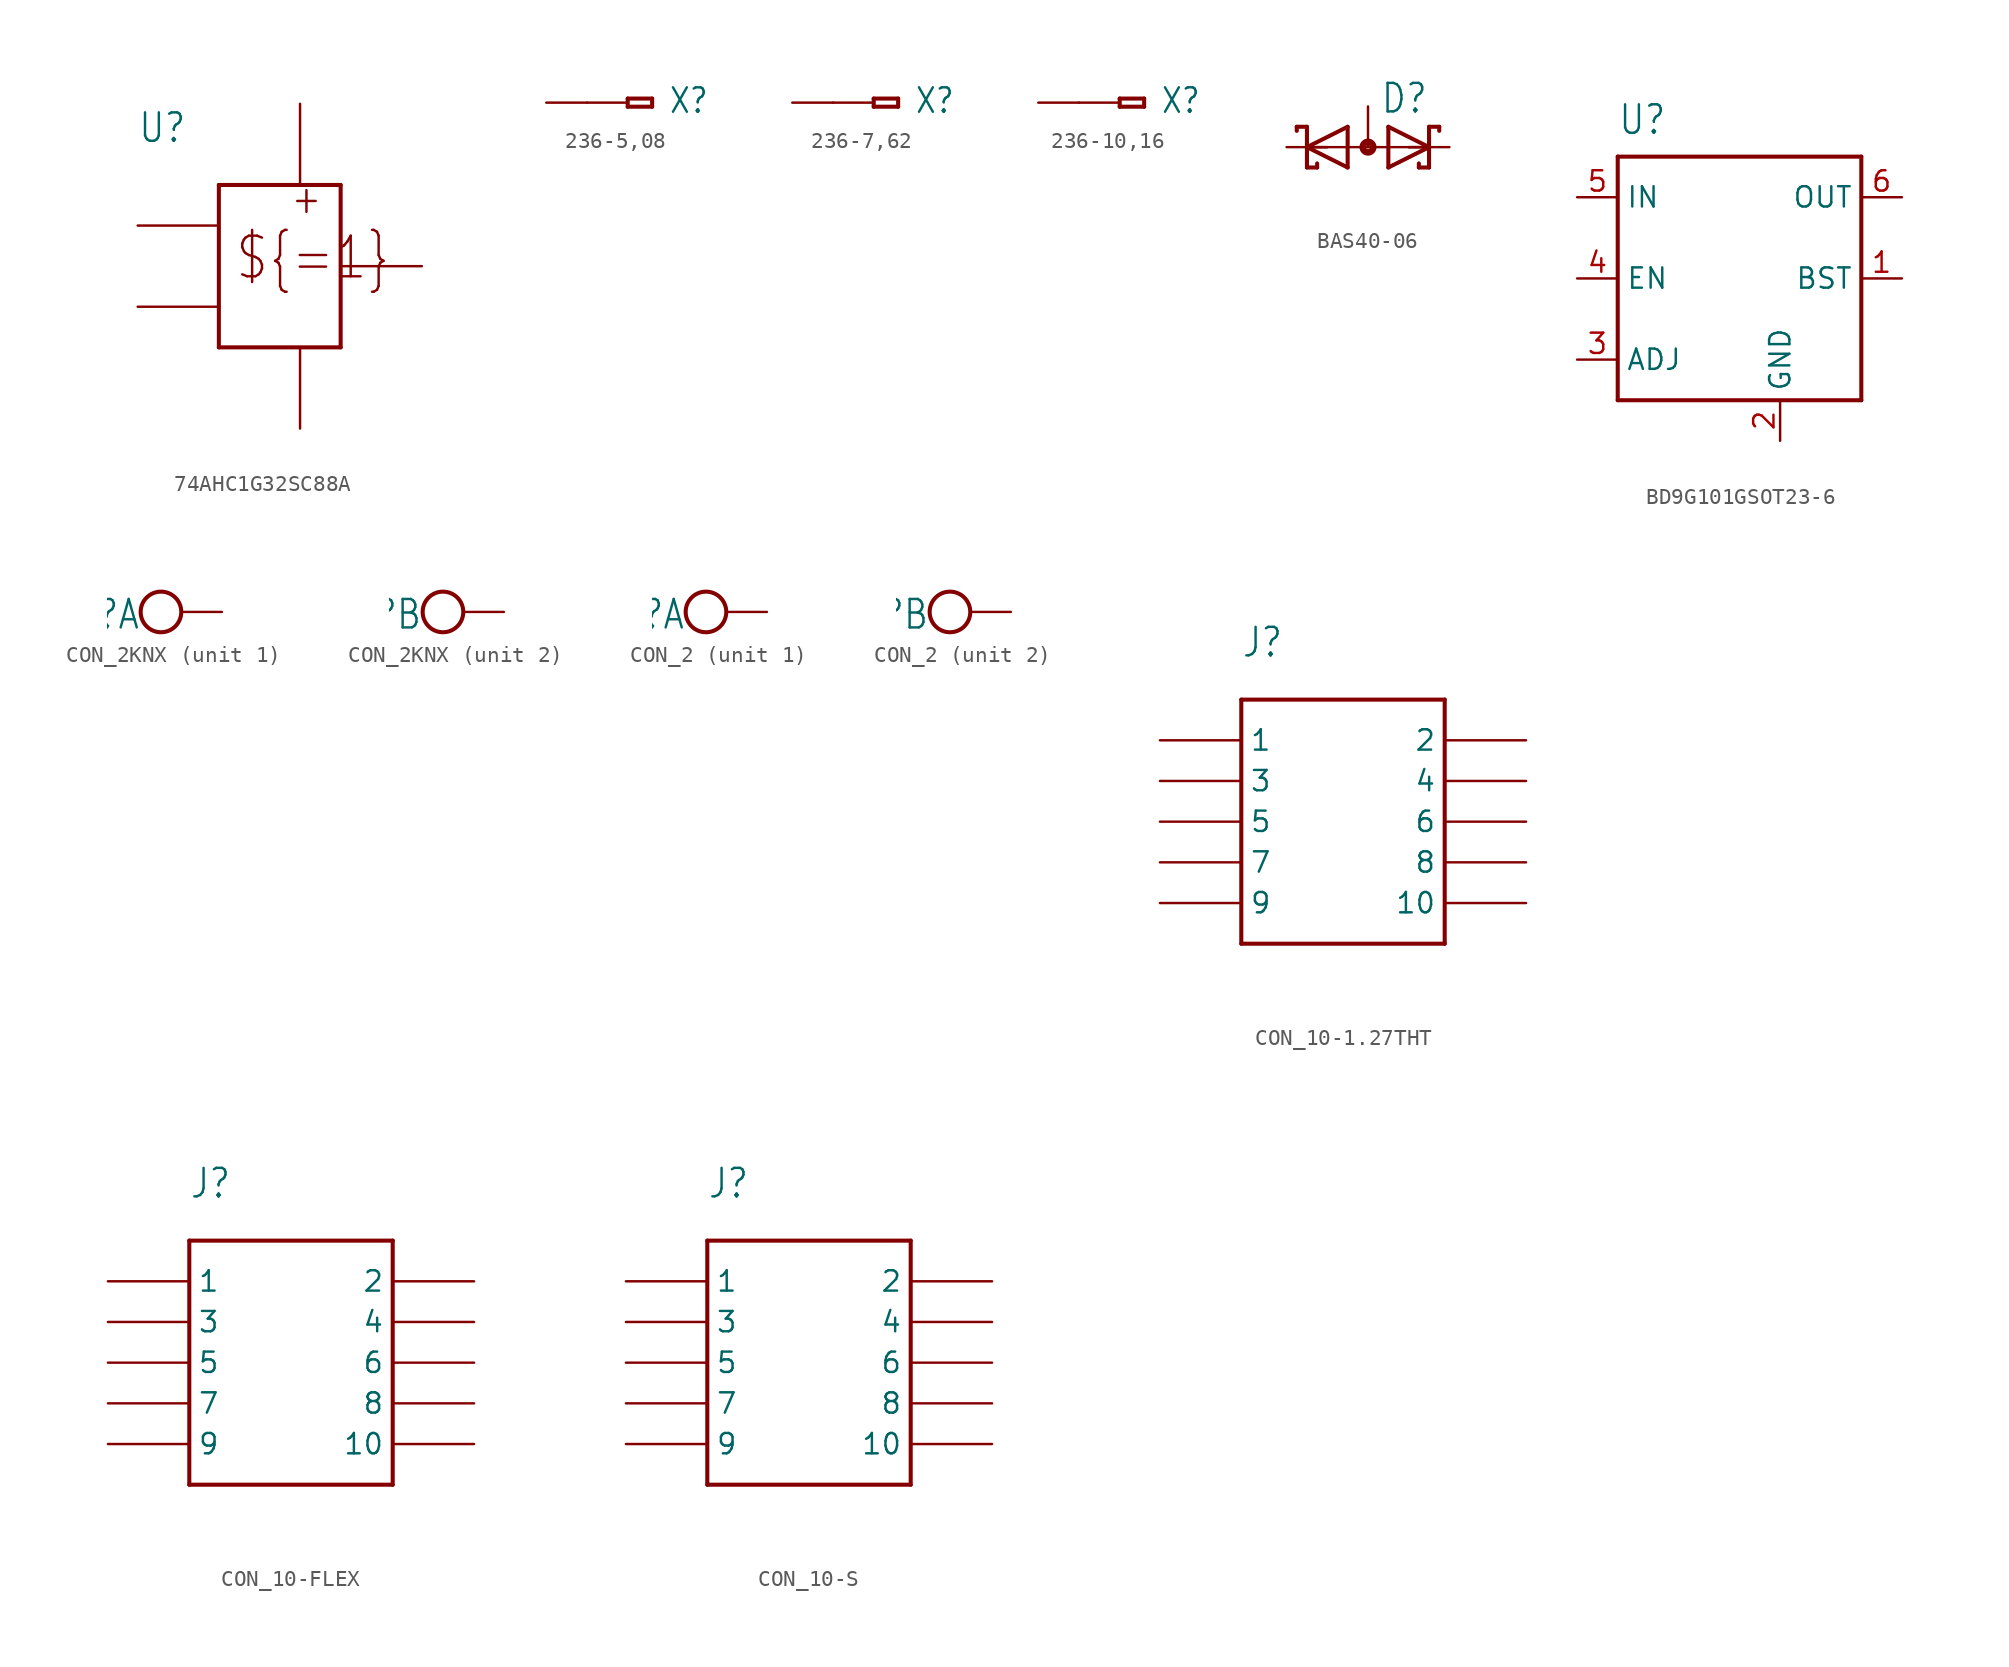
<source format=kicad_sym>
(kicad_symbol_lib
  (version 20220914)
  (generator kicad_symbol_editor)
  (symbol "74AHC1G32SC88A"
    (property "Reference" "U"
      (at -5.08 12.7 0)
      (effects (font (size 1.778 1.511)) (justify left bottom)))
    (property "Value" ""
      (at -7.62 -2.54 0)
      (effects (font (size 1.778 1.511)) (justify left bottom)))
    (property "ki_locked" ""
      (at 0 0 0)
      (effects (font (size 1.27 1.27))))
    (symbol "74AHC1G32SC88A_1_0"
      (polyline (pts (xy 0 0) (xy 7.62 0)) (stroke (width 0.254) (type solid)) (fill (type none)))
      (polyline (pts (xy 0 10.16) (xy 0 0)) (stroke (width 0.254) (type solid)) (fill (type none)))
      (polyline (pts (xy 7.62 0) (xy 7.62 10.16)) (stroke (width 0.254) (type solid)) (fill (type none)))
      (polyline (pts (xy 7.62 10.16) (xy 0 10.16)) (stroke (width 0.254) (type solid)) (fill (type none)))
      (text "${=1}" (at 0.953 4.128 0) (effects (font (size 2.54 2.159)) (justify left bottom)))
      (text "+" (at 4.445 8.255 0) (effects (font (size 1.778 1.511)) (justify left bottom)))
      (pin bidirectional line (at -5.08 7.62 0) (length 5.08) (name "A" (effects (font (size 0 0)))) (number "1" (effects (font (size 0 0)))))
      (pin bidirectional line (at -5.08 2.54 0) (length 5.08) (name "B" (effects (font (size 0 0)))) (number "2" (effects (font (size 0 0)))))
      (pin bidirectional line (at 5.08 -5.08 90) (length 5.08) (name "GND" (effects (font (size 0 0)))) (number "3" (effects (font (size 0 0)))))
      (pin bidirectional line (at 12.7 5.08 180) (length 5.08) (name "Y" (effects (font (size 0 0)))) (number "4" (effects (font (size 0 0)))))
      (pin bidirectional line (at 5.08 15.24 270) (length 5.08) (name "VCC" (effects (font (size 0 0)))) (number "5" (effects (font (size 0 0)))))))
  (symbol "236-5,08"
    (property "Reference" "X"
      (at 2.54 -0.762 0)
      (effects (font (size 1.524 1.295)) (justify left bottom)))
    (property "Value" ""
      (at -3.556 1.524 0)
      (effects (font (size 1.778 1.511)) (justify left bottom)))
    (property "ki_locked" ""
      (at 0 0 0)
      (effects (font (size 1.27 1.27))))
    (symbol "236-5,08_1_0"
      (polyline (pts (xy 0 -0.254) (xy 1.524 -0.254)) (stroke (width 0.254) (type solid)) (fill (type none)))
      (polyline (pts (xy 0 0.254) (xy 0 -0.254)) (stroke (width 0.254) (type solid)) (fill (type none)))
      (polyline (pts (xy 1.524 -0.254) (xy 1.524 0.254)) (stroke (width 0.254) (type solid)) (fill (type none)))
      (polyline (pts (xy 1.524 0.254) (xy 0 0.254)) (stroke (width 0.254) (type solid)) (fill (type none)))
      (pin passive line (at -2.54 0 0) (length 2.54) (name "A1" (effects (font (size 0 0)))) (number "1@1" (effects (font (size 0 0)))))
      (pin passive line (at -5.08 0 0) (length 2.54) (name "B1" (effects (font (size 0 0)))) (number "1@2" (effects (font (size 0 0)))))))
  (symbol "236-7,62"
    (property "Reference" "X"
      (at 2.54 -0.762 0)
      (effects (font (size 1.524 1.295)) (justify left bottom)))
    (property "Value" ""
      (at -3.556 1.524 0)
      (effects (font (size 1.778 1.511)) (justify left bottom)))
    (property "ki_locked" ""
      (at 0 0 0)
      (effects (font (size 1.27 1.27))))
    (symbol "236-7,62_1_0"
      (polyline (pts (xy 0 -0.254) (xy 1.524 -0.254)) (stroke (width 0.254) (type solid)) (fill (type none)))
      (polyline (pts (xy 0 0.254) (xy 0 -0.254)) (stroke (width 0.254) (type solid)) (fill (type none)))
      (polyline (pts (xy 1.524 -0.254) (xy 1.524 0.254)) (stroke (width 0.254) (type solid)) (fill (type none)))
      (polyline (pts (xy 1.524 0.254) (xy 0 0.254)) (stroke (width 0.254) (type solid)) (fill (type none)))
      (pin passive line (at -2.54 0 0) (length 2.54) (name "A1" (effects (font (size 0 0)))) (number "1@1" (effects (font (size 0 0)))))
      (pin passive line (at -5.08 0 0) (length 2.54) (name "B1" (effects (font (size 0 0)))) (number "1@2" (effects (font (size 0 0)))))))
  (symbol "236-10,16"
    (property "Reference" "X"
      (at 2.54 -0.762 0)
      (effects (font (size 1.524 1.295)) (justify left bottom)))
    (property "Value" ""
      (at -3.556 1.524 0)
      (effects (font (size 1.778 1.511)) (justify left bottom)))
    (property "ki_locked" ""
      (at 0 0 0)
      (effects (font (size 1.27 1.27))))
    (symbol "236-10,16_1_0"
      (polyline (pts (xy 0 -0.254) (xy 1.524 -0.254)) (stroke (width 0.254) (type solid)) (fill (type none)))
      (polyline (pts (xy 0 0.254) (xy 0 -0.254)) (stroke (width 0.254) (type solid)) (fill (type none)))
      (polyline (pts (xy 1.524 -0.254) (xy 1.524 0.254)) (stroke (width 0.254) (type solid)) (fill (type none)))
      (polyline (pts (xy 1.524 0.254) (xy 0 0.254)) (stroke (width 0.254) (type solid)) (fill (type none)))
      (pin passive line (at -2.54 0 0) (length 2.54) (name "A1" (effects (font (size 0 0)))) (number "1@1" (effects (font (size 0 0)))))
      (pin passive line (at -5.08 0 0) (length 2.54) (name "B1" (effects (font (size 0 0)))) (number "1@2" (effects (font (size 0 0)))))))
  (symbol "BAS40-06"
    (property "Reference" "D"
      (at 0.762 2.007 0)
      (effects (font (size 1.778 1.511)) (justify left bottom)))
    (property "Value" ""
      (at -4.318 -3.962 0)
      (effects (font (size 1.778 1.511)) (justify left bottom)))
    (property "ki_locked" ""
      (at 0 0 0)
      (effects (font (size 1.27 1.27))))
    (symbol "BAS40-06_1_0"
      (polyline (pts (xy -4.445 1.016) (xy -4.445 1.27)) (stroke (width 0.254) (type solid)) (fill (type none)))
      (polyline (pts (xy -4.445 1.27) (xy -3.81 1.27)) (stroke (width 0.254) (type solid)) (fill (type none)))
      (polyline (pts (xy -3.81 -1.27) (xy -3.175 -1.27)) (stroke (width 0.254) (type solid)) (fill (type none)))
      (polyline (pts (xy -3.81 0) (xy -3.81 -1.27)) (stroke (width 0.254) (type solid)) (fill (type none)))
      (polyline (pts (xy -3.81 0) (xy -1.27 1.27)) (stroke (width 0.254) (type solid)) (fill (type none)))
      (polyline (pts (xy -3.81 0) (xy 3.81 0)) (stroke (width 0.152) (type solid)) (fill (type none)))
      (polyline (pts (xy -3.81 1.27) (xy -3.81 0)) (stroke (width 0.254) (type solid)) (fill (type none)))
      (polyline (pts (xy -3.175 -1.016) (xy -3.175 -1.27)) (stroke (width 0.254) (type solid)) (fill (type none)))
      (polyline (pts (xy -2.54 0) (xy -3.81 0)) (stroke (width 0.152) (type solid)) (fill (type none)))
      (polyline (pts (xy -1.27 -1.27) (xy -3.81 0)) (stroke (width 0.254) (type solid)) (fill (type none)))
      (polyline (pts (xy -1.27 1.27) (xy -1.27 -1.27)) (stroke (width 0.254) (type solid)) (fill (type none)))
      (polyline (pts (xy 1.27 -1.27) (xy 1.27 1.27)) (stroke (width 0.254) (type solid)) (fill (type none)))
      (polyline (pts (xy 1.27 1.27) (xy 3.81 0)) (stroke (width 0.254) (type solid)) (fill (type none)))
      (polyline (pts (xy 2.54 0) (xy 3.81 0)) (stroke (width 0.152) (type solid)) (fill (type none)))
      (polyline (pts (xy 3.175 -1.27) (xy 3.81 -1.27)) (stroke (width 0.254) (type solid)) (fill (type none)))
      (polyline (pts (xy 3.175 -1.016) (xy 3.175 -1.27)) (stroke (width 0.254) (type solid)) (fill (type none)))
      (polyline (pts (xy 3.81 -1.27) (xy 3.81 0)) (stroke (width 0.254) (type solid)) (fill (type none)))
      (polyline (pts (xy 3.81 0) (xy 1.27 -1.27)) (stroke (width 0.254) (type solid)) (fill (type none)))
      (polyline (pts (xy 3.81 0) (xy 3.81 1.27)) (stroke (width 0.254) (type solid)) (fill (type none)))
      (polyline (pts (xy 3.81 1.27) (xy 4.445 1.27)) (stroke (width 0.254) (type solid)) (fill (type none)))
      (polyline (pts (xy 4.445 1.016) (xy 4.445 1.27)) (stroke (width 0.254) (type solid)) (fill (type none)))
      (circle (center 0 0) (radius 0.127) (stroke (width 0.406) (type solid)) (fill (type none)))
      (pin passive line (at -5.08 0 0) (length 2.54) (name "K1" (effects (font (size 0 0)))) (number "1" (effects (font (size 0 0)))))
      (pin passive line (at 5.08 0 180) (length 2.54) (name "K2" (effects (font (size 0 0)))) (number "2" (effects (font (size 0 0)))))
      (pin passive line (at 0 2.54 270) (length 2.54) (name "AA" (effects (font (size 0 0)))) (number "3" (effects (font (size 0 0)))))))
  (symbol "BD9G101GSOT23-6"
    (property "Reference" "U"
      (at -7.62 8.89 0)
      (effects (font (size 1.778 1.511)) (justify left bottom)))
    (property "Value" ""
      (at 10.16 -7.62 0)
      (effects (font (size 1.778 1.511)) (justify left bottom)))
    (property "ki_locked" ""
      (at 0 0 0)
      (effects (font (size 1.27 1.27))))
    (symbol "BD9G101GSOT23-6_1_0"
      (polyline (pts (xy -7.62 -7.62) (xy -7.62 7.62)) (stroke (width 0.254) (type solid)) (fill (type none)))
      (polyline (pts (xy -7.62 7.62) (xy 7.62 7.62)) (stroke (width 0.254) (type solid)) (fill (type none)))
      (polyline (pts (xy 7.62 -7.62) (xy -7.62 -7.62)) (stroke (width 0.254) (type solid)) (fill (type none)))
      (polyline (pts (xy 7.62 7.62) (xy 7.62 -7.62)) (stroke (width 0.254) (type solid)) (fill (type none)))
      (pin output line (at 10.16 0 180) (length 2.54) (name "BST" (effects (font (size 1.27 1.27)))) (number "1" (effects (font (size 1.27 1.27)))))
      (pin power_in line (at 2.54 -10.16 90) (length 2.54) (name "GND" (effects (font (size 1.27 1.27)))) (number "2" (effects (font (size 1.27 1.27)))))
      (pin passive line (at -10.16 -5.08 0) (length 2.54) (name "ADJ" (effects (font (size 1.27 1.27)))) (number "3" (effects (font (size 1.27 1.27)))))
      (pin input line (at -10.16 0 0) (length 2.54) (name "EN" (effects (font (size 1.27 1.27)))) (number "4" (effects (font (size 1.27 1.27)))))
      (pin input line (at -10.16 5.08 0) (length 2.54) (name "IN" (effects (font (size 1.27 1.27)))) (number "5" (effects (font (size 1.27 1.27)))))
      (pin output line (at 10.16 5.08 180) (length 2.54) (name "OUT" (effects (font (size 1.27 1.27)))) (number "6" (effects (font (size 1.27 1.27)))))))
  (symbol "CON_2KNX"
    (property "Reference" "J"
      (at 0 0.889 0)
      (effects (font (size 1.778 1.511)) (justify right top)))
    (property "ki_locked" ""
      (at 0 0 0)
      (effects (font (size 1.27 1.27))))
    (symbol "CON_2KNX_1_0"
      (circle (center 1.27 0) (radius 1.27) (stroke (width 0.254) (type solid)) (fill (type none)))
      (pin passive line (at 5.08 0 180) (length 2.54) (name "KL" (effects (font (size 0 0)))) (number "1" (effects (font (size 0 0))))))
    (symbol "CON_2KNX_2_0"
      (circle (center 1.27 0) (radius 1.27) (stroke (width 0.254) (type solid)) (fill (type none)))
      (pin passive line (at 5.08 0 180) (length 2.54) (name "KL" (effects (font (size 0 0)))) (number "2" (effects (font (size 0 0)))))))
  (symbol "CON_2"
    (property "Reference" "J"
      (at 0 0.889 0)
      (effects (font (size 1.778 1.511)) (justify right top)))
    (property "ki_locked" ""
      (at 0 0 0)
      (effects (font (size 1.27 1.27))))
    (symbol "CON_2_1_0"
      (circle (center 1.27 0) (radius 1.27) (stroke (width 0.254) (type solid)) (fill (type none)))
      (pin passive line (at 5.08 0 180) (length 2.54) (name "KL" (effects (font (size 0 0)))) (number "1" (effects (font (size 0 0))))))
    (symbol "CON_2_2_0"
      (circle (center 1.27 0) (radius 1.27) (stroke (width 0.254) (type solid)) (fill (type none)))
      (pin passive line (at 5.08 0 180) (length 2.54) (name "KL" (effects (font (size 0 0)))) (number "2" (effects (font (size 0 0)))))))
  (symbol "CON_10-1.27THT"
    (property "Reference" "J"
      (at -7.62 7.62 0)
      (effects (font (size 1.778 1.511)) (justify left bottom)))
    (property "Value" ""
      (at -5.08 -12.7 0)
      (effects (font (size 1.778 1.511)) (justify left bottom)))
    (property "ki_locked" ""
      (at 0 0 0)
      (effects (font (size 1.27 1.27))))
    (symbol "CON_10-1.27THT_1_0"
      (polyline (pts (xy -7.62 -10.16) (xy 5.08 -10.16)) (stroke (width 0.254) (type solid)) (fill (type none)))
      (polyline (pts (xy -7.62 5.08) (xy -7.62 -10.16)) (stroke (width 0.254) (type solid)) (fill (type none)))
      (polyline (pts (xy 5.08 -10.16) (xy 5.08 5.08)) (stroke (width 0.254) (type solid)) (fill (type none)))
      (polyline (pts (xy 5.08 5.08) (xy -7.62 5.08)) (stroke (width 0.254) (type solid)) (fill (type none)))
      (pin bidirectional line (at -12.7 2.54 0) (length 5.08) (name "1" (effects (font (size 1.27 1.27)))) (number "1" (effects (font (size 0 0)))))
      (pin bidirectional line (at 10.16 -7.62 180) (length 5.08) (name "10" (effects (font (size 1.27 1.27)))) (number "10" (effects (font (size 0 0)))))
      (pin bidirectional line (at 10.16 2.54 180) (length 5.08) (name "2" (effects (font (size 1.27 1.27)))) (number "2" (effects (font (size 0 0)))))
      (pin bidirectional line (at -12.7 0 0) (length 5.08) (name "3" (effects (font (size 1.27 1.27)))) (number "3" (effects (font (size 0 0)))))
      (pin bidirectional line (at 10.16 0 180) (length 5.08) (name "4" (effects (font (size 1.27 1.27)))) (number "4" (effects (font (size 0 0)))))
      (pin bidirectional line (at -12.7 -2.54 0) (length 5.08) (name "5" (effects (font (size 1.27 1.27)))) (number "5" (effects (font (size 0 0)))))
      (pin bidirectional line (at 10.16 -2.54 180) (length 5.08) (name "6" (effects (font (size 1.27 1.27)))) (number "6" (effects (font (size 0 0)))))
      (pin bidirectional line (at -12.7 -5.08 0) (length 5.08) (name "7" (effects (font (size 1.27 1.27)))) (number "7" (effects (font (size 0 0)))))
      (pin bidirectional line (at 10.16 -5.08 180) (length 5.08) (name "8" (effects (font (size 1.27 1.27)))) (number "8" (effects (font (size 0 0)))))
      (pin bidirectional line (at -12.7 -7.62 0) (length 5.08) (name "9" (effects (font (size 1.27 1.27)))) (number "9" (effects (font (size 0 0)))))))
  (symbol "CON_10-FLEX"
    (property "Reference" "J"
      (at -7.62 7.62 0)
      (effects (font (size 1.778 1.511)) (justify left bottom)))
    (property "Value" ""
      (at -5.08 -12.7 0)
      (effects (font (size 1.778 1.511)) (justify left bottom)))
    (property "ki_locked" ""
      (at 0 0 0)
      (effects (font (size 1.27 1.27))))
    (symbol "CON_10-FLEX_1_0"
      (polyline (pts (xy -7.62 -10.16) (xy 5.08 -10.16)) (stroke (width 0.254) (type solid)) (fill (type none)))
      (polyline (pts (xy -7.62 5.08) (xy -7.62 -10.16)) (stroke (width 0.254) (type solid)) (fill (type none)))
      (polyline (pts (xy 5.08 -10.16) (xy 5.08 5.08)) (stroke (width 0.254) (type solid)) (fill (type none)))
      (polyline (pts (xy 5.08 5.08) (xy -7.62 5.08)) (stroke (width 0.254) (type solid)) (fill (type none)))
      (pin bidirectional line (at -12.7 2.54 0) (length 5.08) (name "1" (effects (font (size 1.27 1.27)))) (number "P$1" (effects (font (size 0 0)))))
      (pin bidirectional line (at 10.16 -7.62 180) (length 5.08) (name "10" (effects (font (size 1.27 1.27)))) (number "P$10" (effects (font (size 0 0)))))
      (pin bidirectional line (at 10.16 2.54 180) (length 5.08) (name "2" (effects (font (size 1.27 1.27)))) (number "P$2" (effects (font (size 0 0)))))
      (pin bidirectional line (at -12.7 0 0) (length 5.08) (name "3" (effects (font (size 1.27 1.27)))) (number "P$3" (effects (font (size 0 0)))))
      (pin bidirectional line (at 10.16 0 180) (length 5.08) (name "4" (effects (font (size 1.27 1.27)))) (number "P$4" (effects (font (size 0 0)))))
      (pin bidirectional line (at -12.7 -2.54 0) (length 5.08) (name "5" (effects (font (size 1.27 1.27)))) (number "P$5" (effects (font (size 0 0)))))
      (pin bidirectional line (at 10.16 -2.54 180) (length 5.08) (name "6" (effects (font (size 1.27 1.27)))) (number "P$6" (effects (font (size 0 0)))))
      (pin bidirectional line (at -12.7 -5.08 0) (length 5.08) (name "7" (effects (font (size 1.27 1.27)))) (number "P$7" (effects (font (size 0 0)))))
      (pin bidirectional line (at 10.16 -5.08 180) (length 5.08) (name "8" (effects (font (size 1.27 1.27)))) (number "P$8" (effects (font (size 0 0)))))
      (pin bidirectional line (at -12.7 -7.62 0) (length 5.08) (name "9" (effects (font (size 1.27 1.27)))) (number "P$9" (effects (font (size 0 0)))))))
  (symbol "CON_10-S"
    (property "Reference" "J"
      (at -7.62 7.62 0)
      (effects (font (size 1.778 1.511)) (justify left bottom)))
    (property "Value" ""
      (at -5.08 -12.7 0)
      (effects (font (size 1.778 1.511)) (justify left bottom)))
    (property "ki_locked" ""
      (at 0 0 0)
      (effects (font (size 1.27 1.27))))
    (symbol "CON_10-S_1_0"
      (polyline (pts (xy -7.62 -10.16) (xy 5.08 -10.16)) (stroke (width 0.254) (type solid)) (fill (type none)))
      (polyline (pts (xy -7.62 5.08) (xy -7.62 -10.16)) (stroke (width 0.254) (type solid)) (fill (type none)))
      (polyline (pts (xy 5.08 -10.16) (xy 5.08 5.08)) (stroke (width 0.254) (type solid)) (fill (type none)))
      (polyline (pts (xy 5.08 5.08) (xy -7.62 5.08)) (stroke (width 0.254) (type solid)) (fill (type none)))
      (pin bidirectional line (at -12.7 2.54 0) (length 5.08) (name "1" (effects (font (size 1.27 1.27)))) (number "P$1" (effects (font (size 0 0)))))
      (pin bidirectional line (at 10.16 -7.62 180) (length 5.08) (name "10" (effects (font (size 1.27 1.27)))) (number "P$10" (effects (font (size 0 0)))))
      (pin bidirectional line (at 10.16 2.54 180) (length 5.08) (name "2" (effects (font (size 1.27 1.27)))) (number "P$2" (effects (font (size 0 0)))))
      (pin bidirectional line (at -12.7 0 0) (length 5.08) (name "3" (effects (font (size 1.27 1.27)))) (number "P$3" (effects (font (size 0 0)))))
      (pin bidirectional line (at 10.16 0 180) (length 5.08) (name "4" (effects (font (size 1.27 1.27)))) (number "P$4" (effects (font (size 0 0)))))
      (pin bidirectional line (at -12.7 -2.54 0) (length 5.08) (name "5" (effects (font (size 1.27 1.27)))) (number "P$5" (effects (font (size 0 0)))))
      (pin bidirectional line (at 10.16 -2.54 180) (length 5.08) (name "6" (effects (font (size 1.27 1.27)))) (number "P$6" (effects (font (size 0 0)))))
      (pin bidirectional line (at -12.7 -5.08 0) (length 5.08) (name "7" (effects (font (size 1.27 1.27)))) (number "P$7" (effects (font (size 0 0)))))
      (pin bidirectional line (at 10.16 -5.08 180) (length 5.08) (name "8" (effects (font (size 1.27 1.27)))) (number "P$8" (effects (font (size 0 0)))))
      (pin bidirectional line (at -12.7 -7.62 0) (length 5.08) (name "9" (effects (font (size 1.27 1.27)))) (number "P$9" (effects (font (size 0 0))))))))
</source>
